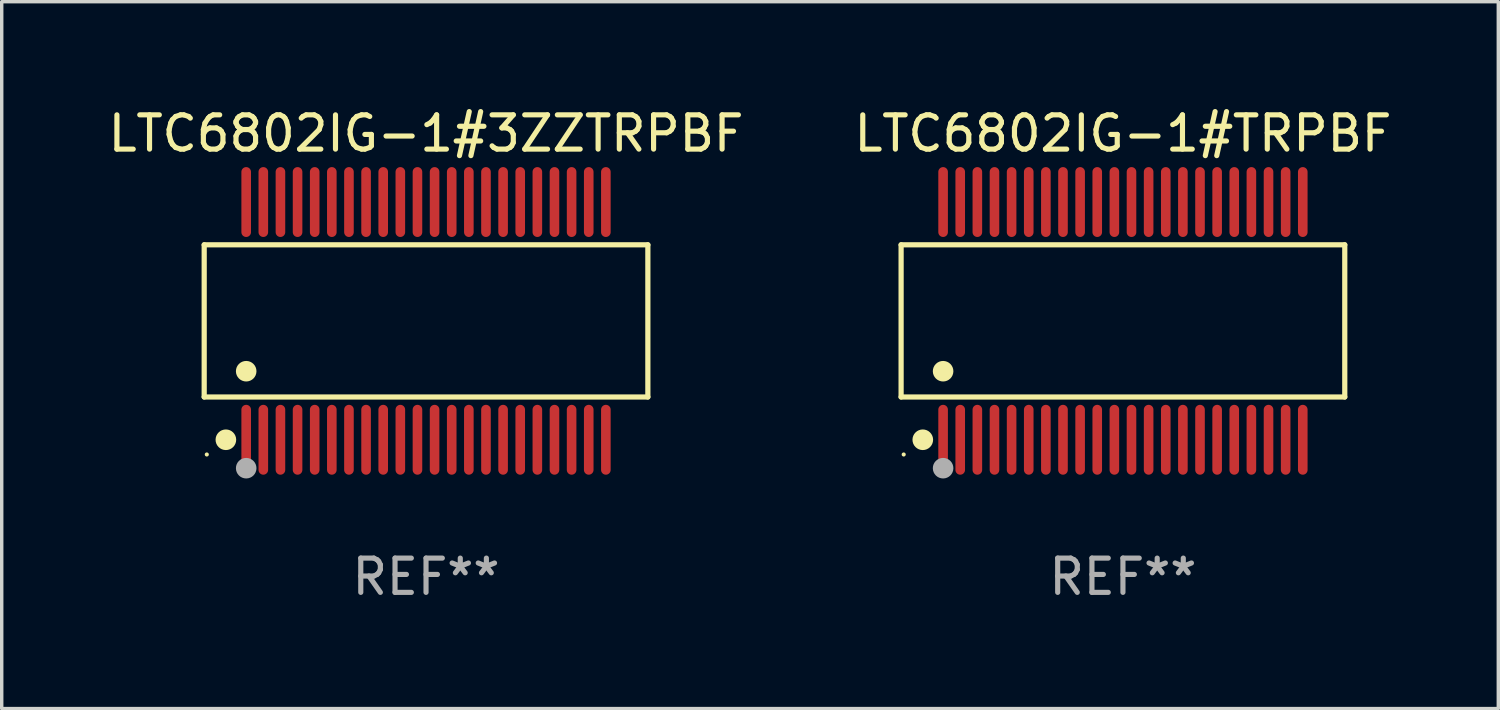
<source format=kicad_pcb>
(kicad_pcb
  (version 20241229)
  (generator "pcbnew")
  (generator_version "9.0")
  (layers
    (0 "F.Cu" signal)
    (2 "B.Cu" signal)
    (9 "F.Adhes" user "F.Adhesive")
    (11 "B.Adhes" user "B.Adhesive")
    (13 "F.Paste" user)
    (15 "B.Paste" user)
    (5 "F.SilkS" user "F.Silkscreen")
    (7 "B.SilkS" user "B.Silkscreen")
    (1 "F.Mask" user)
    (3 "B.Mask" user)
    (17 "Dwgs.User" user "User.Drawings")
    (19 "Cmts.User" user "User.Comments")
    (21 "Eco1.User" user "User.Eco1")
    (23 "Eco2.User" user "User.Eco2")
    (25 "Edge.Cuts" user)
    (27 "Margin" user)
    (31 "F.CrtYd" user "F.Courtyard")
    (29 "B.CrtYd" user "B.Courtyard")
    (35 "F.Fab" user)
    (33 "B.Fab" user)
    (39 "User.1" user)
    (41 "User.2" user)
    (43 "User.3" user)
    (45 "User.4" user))
  (footprint "LTC6802IG-1#3ZZTRPBF"
    (layer "F.Cu")
    (at 9.387 6.318)
    (property "Reference" "LTC6802IG-1#3ZZTRPBF" (at 0 -5.47 0) (layer "F.SilkS") (effects (font (size 1 1) (thickness 0.15))))
    (attr through_hole)
    (fp_line (start -6.476 -2.221) (end 6.476 -2.221) (stroke (width 0.152) (type solid)) (layer "F.SilkS"))
    (fp_line (start -6.476 2.221) (end -6.476 -2.221) (stroke (width 0.152) (type solid)) (layer "F.SilkS"))
    (fp_line (start 6.476 -2.221) (end 6.476 2.221) (stroke (width 0.152) (type solid)) (layer "F.SilkS"))
    (fp_line (start 6.476 2.221) (end -6.476 2.221) (stroke (width 0.152) (type solid)) (layer "F.SilkS"))
    (fp_circle (center -6.4 3.9) (end -6.37 3.9) (stroke (width 0.06) (type solid)) (fill no) (layer "F.SilkS"))
    (fp_circle (center -5.843 3.47) (end -5.692 3.47) (stroke (width 0.3) (type solid)) (fill no) (layer "F.SilkS"))
    (fp_circle (center -5.25 1.469) (end -5.1 1.469) (stroke (width 0.3) (type solid)) (fill no) (layer "F.SilkS"))
    (fp_circle (center -5.25 4.3) (end -5.1 4.3) (stroke (width 0.3) (type solid)) (fill no) (layer "F.Fab"))
    (fp_text user "REF**" (at 0 7.47 0) (layer "F.Fab") (effects (font (size 1 1) (thickness 0.15))))
    (pad "1" smd oval (at -5.25 3.47) (size 0.28 2.04) (layers "F.Cu" "F.Mask" "F.Paste"))
    (pad "2" smd oval (at -4.75 3.47) (size 0.28 2.04) (layers "F.Cu" "F.Mask" "F.Paste"))
    (pad "3" smd oval (at -4.25 3.47) (size 0.28 2.04) (layers "F.Cu" "F.Mask" "F.Paste"))
    (pad "4" smd oval (at -3.75 3.47) (size 0.28 2.04) (layers "F.Cu" "F.Mask" "F.Paste"))
    (pad "5" smd oval (at -3.25 3.47) (size 0.28 2.04) (layers "F.Cu" "F.Mask" "F.Paste"))
    (pad "6" smd oval (at -2.75 3.47) (size 0.28 2.04) (layers "F.Cu" "F.Mask" "F.Paste"))
    (pad "7" smd oval (at -2.25 3.47) (size 0.28 2.04) (layers "F.Cu" "F.Mask" "F.Paste"))
    (pad "8" smd oval (at -1.75 3.47) (size 0.28 2.04) (layers "F.Cu" "F.Mask" "F.Paste"))
    (pad "9" smd oval (at -1.25 3.47) (size 0.28 2.04) (layers "F.Cu" "F.Mask" "F.Paste"))
    (pad "10" smd oval (at -0.75 3.47) (size 0.28 2.04) (layers "F.Cu" "F.Mask" "F.Paste"))
    (pad "11" smd oval (at -0.25 3.47) (size 0.28 2.04) (layers "F.Cu" "F.Mask" "F.Paste"))
    (pad "12" smd oval (at 0.25 3.47) (size 0.28 2.04) (layers "F.Cu" "F.Mask" "F.Paste"))
    (pad "13" smd oval (at 0.75 3.47) (size 0.28 2.04) (layers "F.Cu" "F.Mask" "F.Paste"))
    (pad "14" smd oval (at 1.25 3.47) (size 0.28 2.04) (layers "F.Cu" "F.Mask" "F.Paste"))
    (pad "15" smd oval (at 1.75 3.47) (size 0.28 2.04) (layers "F.Cu" "F.Mask" "F.Paste"))
    (pad "16" smd oval (at 2.25 3.47) (size 0.28 2.04) (layers "F.Cu" "F.Mask" "F.Paste"))
    (pad "17" smd oval (at 2.75 3.47) (size 0.28 2.04) (layers "F.Cu" "F.Mask" "F.Paste"))
    (pad "18" smd oval (at 3.25 3.47) (size 0.28 2.04) (layers "F.Cu" "F.Mask" "F.Paste"))
    (pad "19" smd oval (at 3.75 3.47) (size 0.28 2.04) (layers "F.Cu" "F.Mask" "F.Paste"))
    (pad "20" smd oval (at 4.25 3.47) (size 0.28 2.04) (layers "F.Cu" "F.Mask" "F.Paste"))
    (pad "21" smd oval (at 4.75 3.47) (size 0.28 2.04) (layers "F.Cu" "F.Mask" "F.Paste"))
    (pad "22" smd oval (at 5.25 3.47) (size 0.28 2.04) (layers "F.Cu" "F.Mask" "F.Paste"))
    (pad "23" smd oval (at 5.25 -3.47) (size 0.28 2.04) (layers "F.Cu" "F.Mask" "F.Paste"))
    (pad "24" smd oval (at 4.75 -3.47) (size 0.28 2.04) (layers "F.Cu" "F.Mask" "F.Paste"))
    (pad "25" smd oval (at 4.25 -3.47) (size 0.28 2.04) (layers "F.Cu" "F.Mask" "F.Paste"))
    (pad "26" smd oval (at 3.75 -3.47) (size 0.28 2.04) (layers "F.Cu" "F.Mask" "F.Paste"))
    (pad "27" smd oval (at 3.25 -3.47) (size 0.28 2.04) (layers "F.Cu" "F.Mask" "F.Paste"))
    (pad "28" smd oval (at 2.75 -3.47) (size 0.28 2.04) (layers "F.Cu" "F.Mask" "F.Paste"))
    (pad "29" smd oval (at 2.25 -3.47) (size 0.28 2.04) (layers "F.Cu" "F.Mask" "F.Paste"))
    (pad "30" smd oval (at 1.75 -3.47) (size 0.28 2.04) (layers "F.Cu" "F.Mask" "F.Paste"))
    (pad "31" smd oval (at 1.25 -3.47) (size 0.28 2.04) (layers "F.Cu" "F.Mask" "F.Paste"))
    (pad "32" smd oval (at 0.75 -3.47) (size 0.28 2.04) (layers "F.Cu" "F.Mask" "F.Paste"))
    (pad "33" smd oval (at 0.25 -3.47) (size 0.28 2.04) (layers "F.Cu" "F.Mask" "F.Paste"))
    (pad "34" smd oval (at -0.25 -3.47) (size 0.28 2.04) (layers "F.Cu" "F.Mask" "F.Paste"))
    (pad "35" smd oval (at -0.75 -3.47) (size 0.28 2.04) (layers "F.Cu" "F.Mask" "F.Paste"))
    (pad "36" smd oval (at -1.25 -3.47) (size 0.28 2.04) (layers "F.Cu" "F.Mask" "F.Paste"))
    (pad "37" smd oval (at -1.75 -3.47) (size 0.28 2.04) (layers "F.Cu" "F.Mask" "F.Paste"))
    (pad "38" smd oval (at -2.25 -3.47) (size 0.28 2.04) (layers "F.Cu" "F.Mask" "F.Paste"))
    (pad "39" smd oval (at -2.75 -3.47) (size 0.28 2.04) (layers "F.Cu" "F.Mask" "F.Paste"))
    (pad "40" smd oval (at -3.25 -3.47) (size 0.28 2.04) (layers "F.Cu" "F.Mask" "F.Paste"))
    (pad "41" smd oval (at -3.75 -3.47) (size 0.28 2.04) (layers "F.Cu" "F.Mask" "F.Paste"))
    (pad "42" smd oval (at -4.25 -3.47) (size 0.28 2.04) (layers "F.Cu" "F.Mask" "F.Paste"))
    (pad "43" smd oval (at -4.75 -3.47) (size 0.28 2.04) (layers "F.Cu" "F.Mask" "F.Paste"))
    (pad "44" smd oval (at -5.25 -3.47) (size 0.28 2.04) (layers "F.Cu" "F.Mask" "F.Paste")))
  (footprint "LTC6802IG-1#TRPBF"
    (layer "F.Cu")
    (at 29.732 6.318)
    (property "Reference" "LTC6802IG-1#TRPBF" (at 0 -5.47 0) (layer "F.SilkS") (effects (font (size 1 1) (thickness 0.15))))
    (attr through_hole)
    (fp_line (start -6.476 -2.221) (end 6.476 -2.221) (stroke (width 0.152) (type solid)) (layer "F.SilkS"))
    (fp_line (start -6.476 2.221) (end -6.476 -2.221) (stroke (width 0.152) (type solid)) (layer "F.SilkS"))
    (fp_line (start 6.476 -2.221) (end 6.476 2.221) (stroke (width 0.152) (type solid)) (layer "F.SilkS"))
    (fp_line (start 6.476 2.221) (end -6.476 2.221) (stroke (width 0.152) (type solid)) (layer "F.SilkS"))
    (fp_circle (center -6.4 3.9) (end -6.37 3.9) (stroke (width 0.06) (type solid)) (fill no) (layer "F.SilkS"))
    (fp_circle (center -5.843 3.47) (end -5.692 3.47) (stroke (width 0.3) (type solid)) (fill no) (layer "F.SilkS"))
    (fp_circle (center -5.25 1.469) (end -5.1 1.469) (stroke (width 0.3) (type solid)) (fill no) (layer "F.SilkS"))
    (fp_circle (center -5.25 4.3) (end -5.1 4.3) (stroke (width 0.3) (type solid)) (fill no) (layer "F.Fab"))
    (fp_text user "REF**" (at 0 7.47 0) (layer "F.Fab") (effects (font (size 1 1) (thickness 0.15))))
    (pad "1" smd oval (at -5.25 3.47) (size 0.28 2.04) (layers "F.Cu" "F.Mask" "F.Paste"))
    (pad "2" smd oval (at -4.75 3.47) (size 0.28 2.04) (layers "F.Cu" "F.Mask" "F.Paste"))
    (pad "3" smd oval (at -4.25 3.47) (size 0.28 2.04) (layers "F.Cu" "F.Mask" "F.Paste"))
    (pad "4" smd oval (at -3.75 3.47) (size 0.28 2.04) (layers "F.Cu" "F.Mask" "F.Paste"))
    (pad "5" smd oval (at -3.25 3.47) (size 0.28 2.04) (layers "F.Cu" "F.Mask" "F.Paste"))
    (pad "6" smd oval (at -2.75 3.47) (size 0.28 2.04) (layers "F.Cu" "F.Mask" "F.Paste"))
    (pad "7" smd oval (at -2.25 3.47) (size 0.28 2.04) (layers "F.Cu" "F.Mask" "F.Paste"))
    (pad "8" smd oval (at -1.75 3.47) (size 0.28 2.04) (layers "F.Cu" "F.Mask" "F.Paste"))
    (pad "9" smd oval (at -1.25 3.47) (size 0.28 2.04) (layers "F.Cu" "F.Mask" "F.Paste"))
    (pad "10" smd oval (at -0.75 3.47) (size 0.28 2.04) (layers "F.Cu" "F.Mask" "F.Paste"))
    (pad "11" smd oval (at -0.25 3.47) (size 0.28 2.04) (layers "F.Cu" "F.Mask" "F.Paste"))
    (pad "12" smd oval (at 0.25 3.47) (size 0.28 2.04) (layers "F.Cu" "F.Mask" "F.Paste"))
    (pad "13" smd oval (at 0.75 3.47) (size 0.28 2.04) (layers "F.Cu" "F.Mask" "F.Paste"))
    (pad "14" smd oval (at 1.25 3.47) (size 0.28 2.04) (layers "F.Cu" "F.Mask" "F.Paste"))
    (pad "15" smd oval (at 1.75 3.47) (size 0.28 2.04) (layers "F.Cu" "F.Mask" "F.Paste"))
    (pad "16" smd oval (at 2.25 3.47) (size 0.28 2.04) (layers "F.Cu" "F.Mask" "F.Paste"))
    (pad "17" smd oval (at 2.75 3.47) (size 0.28 2.04) (layers "F.Cu" "F.Mask" "F.Paste"))
    (pad "18" smd oval (at 3.25 3.47) (size 0.28 2.04) (layers "F.Cu" "F.Mask" "F.Paste"))
    (pad "19" smd oval (at 3.75 3.47) (size 0.28 2.04) (layers "F.Cu" "F.Mask" "F.Paste"))
    (pad "20" smd oval (at 4.25 3.47) (size 0.28 2.04) (layers "F.Cu" "F.Mask" "F.Paste"))
    (pad "21" smd oval (at 4.75 3.47) (size 0.28 2.04) (layers "F.Cu" "F.Mask" "F.Paste"))
    (pad "22" smd oval (at 5.25 3.47) (size 0.28 2.04) (layers "F.Cu" "F.Mask" "F.Paste"))
    (pad "23" smd oval (at 5.25 -3.47) (size 0.28 2.04) (layers "F.Cu" "F.Mask" "F.Paste"))
    (pad "24" smd oval (at 4.75 -3.47) (size 0.28 2.04) (layers "F.Cu" "F.Mask" "F.Paste"))
    (pad "25" smd oval (at 4.25 -3.47) (size 0.28 2.04) (layers "F.Cu" "F.Mask" "F.Paste"))
    (pad "26" smd oval (at 3.75 -3.47) (size 0.28 2.04) (layers "F.Cu" "F.Mask" "F.Paste"))
    (pad "27" smd oval (at 3.25 -3.47) (size 0.28 2.04) (layers "F.Cu" "F.Mask" "F.Paste"))
    (pad "28" smd oval (at 2.75 -3.47) (size 0.28 2.04) (layers "F.Cu" "F.Mask" "F.Paste"))
    (pad "29" smd oval (at 2.25 -3.47) (size 0.28 2.04) (layers "F.Cu" "F.Mask" "F.Paste"))
    (pad "30" smd oval (at 1.75 -3.47) (size 0.28 2.04) (layers "F.Cu" "F.Mask" "F.Paste"))
    (pad "31" smd oval (at 1.25 -3.47) (size 0.28 2.04) (layers "F.Cu" "F.Mask" "F.Paste"))
    (pad "32" smd oval (at 0.75 -3.47) (size 0.28 2.04) (layers "F.Cu" "F.Mask" "F.Paste"))
    (pad "33" smd oval (at 0.25 -3.47) (size 0.28 2.04) (layers "F.Cu" "F.Mask" "F.Paste"))
    (pad "34" smd oval (at -0.25 -3.47) (size 0.28 2.04) (layers "F.Cu" "F.Mask" "F.Paste"))
    (pad "35" smd oval (at -0.75 -3.47) (size 0.28 2.04) (layers "F.Cu" "F.Mask" "F.Paste"))
    (pad "36" smd oval (at -1.25 -3.47) (size 0.28 2.04) (layers "F.Cu" "F.Mask" "F.Paste"))
    (pad "37" smd oval (at -1.75 -3.47) (size 0.28 2.04) (layers "F.Cu" "F.Mask" "F.Paste"))
    (pad "38" smd oval (at -2.25 -3.47) (size 0.28 2.04) (layers "F.Cu" "F.Mask" "F.Paste"))
    (pad "39" smd oval (at -2.75 -3.47) (size 0.28 2.04) (layers "F.Cu" "F.Mask" "F.Paste"))
    (pad "40" smd oval (at -3.25 -3.47) (size 0.28 2.04) (layers "F.Cu" "F.Mask" "F.Paste"))
    (pad "41" smd oval (at -3.75 -3.47) (size 0.28 2.04) (layers "F.Cu" "F.Mask" "F.Paste"))
    (pad "42" smd oval (at -4.25 -3.47) (size 0.28 2.04) (layers "F.Cu" "F.Mask" "F.Paste"))
    (pad "43" smd oval (at -4.75 -3.47) (size 0.28 2.04) (layers "F.Cu" "F.Mask" "F.Paste"))
    (pad "44" smd oval (at -5.25 -3.47) (size 0.28 2.04) (layers "F.Cu" "F.Mask" "F.Paste")))
  (gr_rect
    (start -3 -3)
    (end 40.69 17.636)
    (stroke (width 0.1) (type default))
    (fill no)
    (layer "Edge.Cuts")))
</source>
